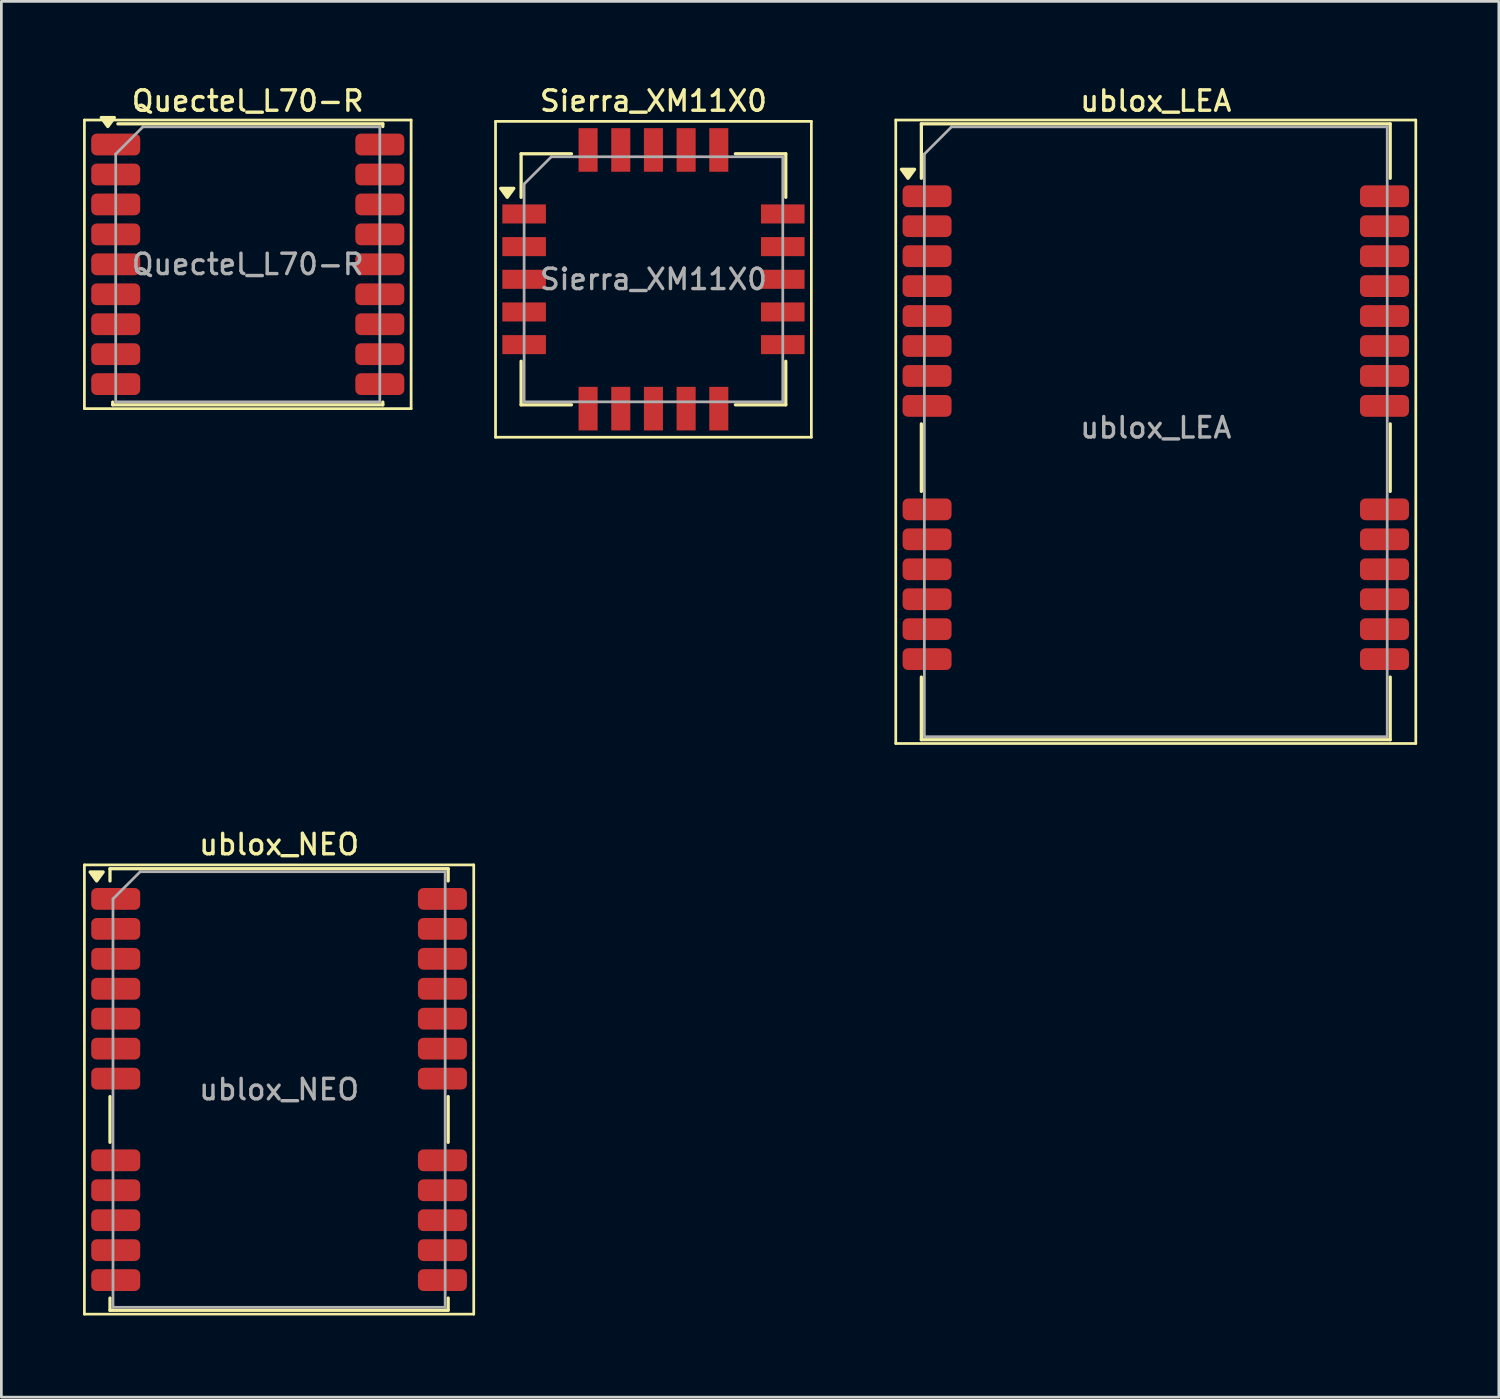
<source format=kicad_pcb>
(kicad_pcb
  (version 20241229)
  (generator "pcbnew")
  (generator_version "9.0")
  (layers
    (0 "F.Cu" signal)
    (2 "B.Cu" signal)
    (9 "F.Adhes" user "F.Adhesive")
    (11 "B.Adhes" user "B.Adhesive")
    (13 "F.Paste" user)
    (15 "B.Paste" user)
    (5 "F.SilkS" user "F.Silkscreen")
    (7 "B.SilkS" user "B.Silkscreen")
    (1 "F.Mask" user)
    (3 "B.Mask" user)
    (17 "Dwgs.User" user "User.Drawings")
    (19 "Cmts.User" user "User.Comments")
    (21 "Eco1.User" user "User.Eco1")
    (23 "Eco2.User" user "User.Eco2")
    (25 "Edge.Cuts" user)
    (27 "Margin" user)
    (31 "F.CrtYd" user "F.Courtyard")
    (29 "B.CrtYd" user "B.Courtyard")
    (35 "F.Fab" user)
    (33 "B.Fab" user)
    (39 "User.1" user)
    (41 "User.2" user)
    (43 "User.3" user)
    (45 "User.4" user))
  (footprint "Quectel_L70-R"
    (layer "F.Cu")
    (at 6.05 6.658)
    (property "Reference" "Quectel_L70-R" (at 0 -6 0) (layer "F.SilkS") (effects (font (size 0.75 0.75) (thickness 0.125))))
    (attr smd)
    (fp_line (start -6 -5.3) (end -6 5.3) (stroke (width 0.1) (type solid)) (layer "F.SilkS"))
    (fp_line (start -6 -5.3) (end 6 -5.3) (stroke (width 0.1) (type solid)) (layer "F.SilkS"))
    (fp_line (start -6 5.3) (end 6 5.3) (stroke (width 0.1) (type solid)) (layer "F.SilkS"))
    (fp_line (start -4.96 5.06) (end -4.96 5.16) (stroke (width 0.12) (type solid)) (layer "F.SilkS"))
    (fp_line (start -4.96 5.16) (end 4.96 5.16) (stroke (width 0.12) (type solid)) (layer "F.SilkS"))
    (fp_line (start -4.77 -5.16) (end 4.96 -5.16) (stroke (width 0.12) (type solid)) (layer "F.SilkS"))
    (fp_line (start 4.96 -5.16) (end 4.96 -5.06) (stroke (width 0.12) (type solid)) (layer "F.SilkS"))
    (fp_line (start 4.96 5.06) (end 4.96 5.16) (stroke (width 0.12) (type solid)) (layer "F.SilkS"))
    (fp_line (start 6 -5.3) (end 6 5.3) (stroke (width 0.1) (type solid)) (layer "F.SilkS"))
    (fp_poly (pts (xy -5.14 -5.06) (xy -5.38 -5.39) (xy -4.9 -5.39) (xy -5.14 -5.06)) (stroke (width 0.12) (type solid)) (fill yes) (layer "F.SilkS"))
    (fp_line (start -4.85 -4.05) (end -4.85 5.05) (stroke (width 0.1) (type solid)) (layer "F.Fab"))
    (fp_line (start -4.85 5.05) (end 4.85 5.05) (stroke (width 0.1) (type solid)) (layer "F.Fab"))
    (fp_line (start -3.85 -5.05) (end -4.85 -4.05) (stroke (width 0.1) (type solid)) (layer "F.Fab"))
    (fp_line (start -3.85 -5.05) (end 4.85 -5.05) (stroke (width 0.1) (type solid)) (layer "F.Fab"))
    (fp_line (start 4.85 -5.05) (end 4.85 5.05) (stroke (width 0.1) (type solid)) (layer "F.Fab"))
    (fp_text user "${REFERENCE}" (at 0 0 0) (layer "F.Fab") (effects (font (size 0.75 0.75) (thickness 0.125))))
    (pad "1" smd roundrect (at -4.85 -4.4) (size 1.8 0.8) (layers "F.Cu" "F.Mask" "F.Paste") (roundrect_rratio 0.25))
    (pad "2" smd roundrect (at -4.85 -3.3) (size 1.8 0.8) (layers "F.Cu" "F.Mask" "F.Paste") (roundrect_rratio 0.25))
    (pad "3" smd roundrect (at -4.85 -2.2) (size 1.8 0.8) (layers "F.Cu" "F.Mask" "F.Paste") (roundrect_rratio 0.25))
    (pad "4" smd roundrect (at -4.85 -1.1) (size 1.8 0.8) (layers "F.Cu" "F.Mask" "F.Paste") (roundrect_rratio 0.25))
    (pad "5" smd roundrect (at -4.85 0) (size 1.8 0.8) (layers "F.Cu" "F.Mask" "F.Paste") (roundrect_rratio 0.25))
    (pad "6" smd roundrect (at -4.85 1.1) (size 1.8 0.8) (layers "F.Cu" "F.Mask" "F.Paste") (roundrect_rratio 0.25))
    (pad "7" smd roundrect (at -4.85 2.2) (size 1.8 0.8) (layers "F.Cu" "F.Mask" "F.Paste") (roundrect_rratio 0.25))
    (pad "8" smd roundrect (at -4.85 3.3) (size 1.8 0.8) (layers "F.Cu" "F.Mask" "F.Paste") (roundrect_rratio 0.25))
    (pad "9" smd roundrect (at -4.85 4.4) (size 1.8 0.8) (layers "F.Cu" "F.Mask" "F.Paste") (roundrect_rratio 0.25))
    (pad "10" smd roundrect (at 4.85 4.4) (size 1.8 0.8) (layers "F.Cu" "F.Mask" "F.Paste") (roundrect_rratio 0.25))
    (pad "11" smd roundrect (at 4.85 3.3) (size 1.8 0.8) (layers "F.Cu" "F.Mask" "F.Paste") (roundrect_rratio 0.25))
    (pad "12" smd roundrect (at 4.85 2.2) (size 1.8 0.8) (layers "F.Cu" "F.Mask" "F.Paste") (roundrect_rratio 0.25))
    (pad "13" smd roundrect (at 4.85 1.1) (size 1.8 0.8) (layers "F.Cu" "F.Mask" "F.Paste") (roundrect_rratio 0.25))
    (pad "14" smd roundrect (at 4.85 0) (size 1.8 0.8) (layers "F.Cu" "F.Mask" "F.Paste") (roundrect_rratio 0.25))
    (pad "15" smd roundrect (at 4.85 -1.1) (size 1.8 0.8) (layers "F.Cu" "F.Mask" "F.Paste") (roundrect_rratio 0.25))
    (pad "16" smd roundrect (at 4.85 -2.2) (size 1.8 0.8) (layers "F.Cu" "F.Mask" "F.Paste") (roundrect_rratio 0.25))
    (pad "17" smd roundrect (at 4.85 -3.3) (size 1.8 0.8) (layers "F.Cu" "F.Mask" "F.Paste") (roundrect_rratio 0.25))
    (pad "18" smd roundrect (at 4.85 -4.4) (size 1.8 0.8) (layers "F.Cu" "F.Mask" "F.Paste") (roundrect_rratio 0.25)))
  (footprint "Sierra_XM11X0"
    (layer "F.Cu")
    (at 20.95 7.208)
    (property "Reference" "Sierra_XM11X0" (at 0 -6.55 0) (layer "F.SilkS") (effects (font (size 0.75 0.75) (thickness 0.125))))
    (attr smd)
    (fp_line (start -5.8 -5.8) (end -5.8 5.8) (stroke (width 0.1) (type solid)) (layer "F.SilkS"))
    (fp_line (start -5.8 5.8) (end 5.8 5.8) (stroke (width 0.1) (type solid)) (layer "F.SilkS"))
    (fp_line (start -4.86 -4.61) (end -3.01 -4.61) (stroke (width 0.12) (type solid)) (layer "F.SilkS"))
    (fp_line (start -4.86 -3.01) (end -4.86 -4.61) (stroke (width 0.12) (type solid)) (layer "F.SilkS"))
    (fp_line (start -4.86 3.01) (end -4.86 4.61) (stroke (width 0.12) (type solid)) (layer "F.SilkS"))
    (fp_line (start -4.86 4.61) (end -3.01 4.61) (stroke (width 0.12) (type solid)) (layer "F.SilkS"))
    (fp_line (start 4.86 -4.61) (end 3.01 -4.61) (stroke (width 0.12) (type solid)) (layer "F.SilkS"))
    (fp_line (start 4.86 -3.01) (end 4.86 -4.61) (stroke (width 0.12) (type solid)) (layer "F.SilkS"))
    (fp_line (start 4.86 3.01) (end 4.86 4.61) (stroke (width 0.12) (type solid)) (layer "F.SilkS"))
    (fp_line (start 4.86 4.61) (end 3.01 4.61) (stroke (width 0.12) (type solid)) (layer "F.SilkS"))
    (fp_line (start 5.8 -5.8) (end -5.8 -5.8) (stroke (width 0.1) (type solid)) (layer "F.SilkS"))
    (fp_line (start 5.8 5.8) (end 5.8 -5.8) (stroke (width 0.1) (type solid)) (layer "F.SilkS"))
    (fp_poly (pts (xy -5.37 -3.01) (xy -5.61 -3.34) (xy -5.13 -3.34) (xy -5.37 -3.01)) (stroke (width 0.12) (type solid)) (fill yes) (layer "F.SilkS"))
    (fp_line (start -4.75 -3.5) (end -3.75 -4.5) (stroke (width 0.1) (type solid)) (layer "F.Fab"))
    (fp_line (start -4.75 4.5) (end -4.75 -3.5) (stroke (width 0.1) (type solid)) (layer "F.Fab"))
    (fp_line (start -3.75 -4.5) (end 4.75 -4.5) (stroke (width 0.1) (type solid)) (layer "F.Fab"))
    (fp_line (start 4.75 -4.5) (end 4.75 4.5) (stroke (width 0.1) (type solid)) (layer "F.Fab"))
    (fp_line (start 4.75 4.5) (end -4.75 4.5) (stroke (width 0.1) (type solid)) (layer "F.Fab"))
    (fp_text user "${REFERENCE}" (at 0 0 0) (layer "F.Fab") (effects (font (size 0.75 0.75) (thickness 0.125))))
    (pad "1" smd rect (at -4.75 -2.4) (size 1.6 0.7) (layers "F.Cu" "F.Mask" "F.Paste"))
    (pad "2" smd rect (at -4.75 -1.2) (size 1.6 0.7) (layers "F.Cu" "F.Mask" "F.Paste"))
    (pad "3" smd rect (at -4.75 0) (size 1.6 0.7) (layers "F.Cu" "F.Mask" "F.Paste"))
    (pad "4" smd rect (at -4.75 1.2) (size 1.6 0.7) (layers "F.Cu" "F.Mask" "F.Paste"))
    (pad "5" smd rect (at -4.75 2.4) (size 1.6 0.7) (layers "F.Cu" "F.Mask" "F.Paste"))
    (pad "6" smd rect (at -2.4 4.75) (size 0.7 1.6) (layers "F.Cu" "F.Mask" "F.Paste"))
    (pad "7" smd rect (at -1.2 4.75) (size 0.7 1.6) (layers "F.Cu" "F.Mask" "F.Paste"))
    (pad "8" smd rect (at 0 4.75) (size 0.7 1.6) (layers "F.Cu" "F.Mask" "F.Paste"))
    (pad "9" smd rect (at 1.2 4.75) (size 0.7 1.6) (layers "F.Cu" "F.Mask" "F.Paste"))
    (pad "10" smd rect (at 2.4 4.75) (size 0.7 1.6) (layers "F.Cu" "F.Mask" "F.Paste"))
    (pad "11" smd rect (at 4.75 2.4) (size 1.6 0.7) (layers "F.Cu" "F.Mask" "F.Paste"))
    (pad "12" smd rect (at 4.75 1.2) (size 1.6 0.7) (layers "F.Cu" "F.Mask" "F.Paste"))
    (pad "13" smd rect (at 4.75 0) (size 1.6 0.7) (layers "F.Cu" "F.Mask" "F.Paste"))
    (pad "14" smd rect (at 4.75 -1.2) (size 1.6 0.7) (layers "F.Cu" "F.Mask" "F.Paste"))
    (pad "15" smd rect (at 4.75 -2.4) (size 1.6 0.7) (layers "F.Cu" "F.Mask" "F.Paste"))
    (pad "16" smd rect (at 2.4 -4.75) (size 0.7 1.6) (layers "F.Cu" "F.Mask" "F.Paste"))
    (pad "17" smd rect (at 1.2 -4.75) (size 0.7 1.6) (layers "F.Cu" "F.Mask" "F.Paste"))
    (pad "18" smd rect (at 0 -4.75) (size 0.7 1.6) (layers "F.Cu" "F.Mask" "F.Paste"))
    (pad "19" smd rect (at -1.2 -4.75) (size 0.7 1.6) (layers "F.Cu" "F.Mask" "F.Paste"))
    (pad "20" smd rect (at -2.4 -4.75) (size 0.7 1.6) (layers "F.Cu" "F.Mask" "F.Paste")))
  (footprint "ublox_LEA"
    (layer "F.Cu")
    (at 39.4 12.658)
    (property "Reference" "ublox_LEA" (at 0 -12 0) (layer "F.SilkS") (effects (font (size 0.75 0.75) (thickness 0.125))))
    (attr smd)
    (fp_line (start -9.55 -11.3) (end -9.55 11.6) (stroke (width 0.1) (type solid)) (layer "F.SilkS"))
    (fp_line (start -9.55 -11.3) (end 9.55 -11.3) (stroke (width 0.1) (type solid)) (layer "F.SilkS"))
    (fp_line (start -9.55 11.6) (end 9.55 11.6) (stroke (width 0.1) (type solid)) (layer "F.SilkS"))
    (fp_line (start -8.61 -11.16) (end -8.61 -9.16) (stroke (width 0.12) (type solid)) (layer "F.SilkS"))
    (fp_line (start -8.61 -11.16) (end 8.61 -11.16) (stroke (width 0.12) (type solid)) (layer "F.SilkS"))
    (fp_line (start -8.61 -0.14) (end -8.61 2.34) (stroke (width 0.12) (type solid)) (layer "F.SilkS"))
    (fp_line (start -8.61 9.16) (end -8.61 11.46) (stroke (width 0.12) (type solid)) (layer "F.SilkS"))
    (fp_line (start -8.61 11.46) (end 8.61 11.46) (stroke (width 0.12) (type solid)) (layer "F.SilkS"))
    (fp_line (start 8.61 -11.16) (end 8.61 -9.16) (stroke (width 0.12) (type solid)) (layer "F.SilkS"))
    (fp_line (start 8.61 -0.14) (end 8.61 2.34) (stroke (width 0.12) (type solid)) (layer "F.SilkS"))
    (fp_line (start 8.61 9.16) (end 8.61 11.46) (stroke (width 0.12) (type solid)) (layer "F.SilkS"))
    (fp_line (start 9.55 -11.3) (end 9.55 11.6) (stroke (width 0.1) (type solid)) (layer "F.SilkS"))
    (fp_poly (pts (xy -9.1 -9.16) (xy -9.34 -9.49) (xy -8.86 -9.49) (xy -9.1 -9.16)) (stroke (width 0.12) (type solid)) (fill yes) (layer "F.SilkS"))
    (fp_line (start -8.5 -10.05) (end -8.5 11.34) (stroke (width 0.1) (type solid)) (layer "F.Fab"))
    (fp_line (start -8.5 11.35) (end 8.5 11.35) (stroke (width 0.1) (type solid)) (layer "F.Fab"))
    (fp_line (start -7.5 -11.05) (end -8.5 -10.05) (stroke (width 0.1) (type solid)) (layer "F.Fab"))
    (fp_line (start -7.5 -11.05) (end 8.5 -11.05) (stroke (width 0.1) (type solid)) (layer "F.Fab"))
    (fp_line (start 8.5 -11.05) (end 8.5 11.35) (stroke (width 0.1) (type solid)) (layer "F.Fab"))
    (fp_text user "${REFERENCE}" (at 0 0 0) (layer "F.Fab") (effects (font (size 0.75 0.75) (thickness 0.125))))
    (pad "1" smd roundrect (at -8.4 -8.5) (size 1.8 0.8) (layers "F.Cu" "F.Mask" "F.Paste") (roundrect_rratio 0.25))
    (pad "2" smd roundrect (at -8.4 -7.4) (size 1.8 0.8) (layers "F.Cu" "F.Mask" "F.Paste") (roundrect_rratio 0.25))
    (pad "3" smd roundrect (at -8.4 -6.3) (size 1.8 0.8) (layers "F.Cu" "F.Mask" "F.Paste") (roundrect_rratio 0.25))
    (pad "4" smd roundrect (at -8.4 -5.2) (size 1.8 0.8) (layers "F.Cu" "F.Mask" "F.Paste") (roundrect_rratio 0.25))
    (pad "5" smd roundrect (at -8.4 -4.1) (size 1.8 0.8) (layers "F.Cu" "F.Mask" "F.Paste") (roundrect_rratio 0.25))
    (pad "6" smd roundrect (at -8.4 -3) (size 1.8 0.8) (layers "F.Cu" "F.Mask" "F.Paste") (roundrect_rratio 0.25))
    (pad "7" smd roundrect (at -8.4 -1.9) (size 1.8 0.8) (layers "F.Cu" "F.Mask" "F.Paste") (roundrect_rratio 0.25))
    (pad "8" smd roundrect (at -8.4 -0.8) (size 1.8 0.8) (layers "F.Cu" "F.Mask" "F.Paste") (roundrect_rratio 0.25))
    (pad "9" smd roundrect (at -8.4 3) (size 1.8 0.8) (layers "F.Cu" "F.Mask" "F.Paste") (roundrect_rratio 0.25))
    (pad "10" smd roundrect (at -8.4 4.1) (size 1.8 0.8) (layers "F.Cu" "F.Mask" "F.Paste") (roundrect_rratio 0.25))
    (pad "11" smd roundrect (at -8.4 5.2) (size 1.8 0.8) (layers "F.Cu" "F.Mask" "F.Paste") (roundrect_rratio 0.25))
    (pad "12" smd roundrect (at -8.4 6.3) (size 1.8 0.8) (layers "F.Cu" "F.Mask" "F.Paste") (roundrect_rratio 0.25))
    (pad "13" smd roundrect (at -8.4 7.4) (size 1.8 0.8) (layers "F.Cu" "F.Mask" "F.Paste") (roundrect_rratio 0.25))
    (pad "14" smd roundrect (at -8.4 8.5) (size 1.8 0.8) (layers "F.Cu" "F.Mask" "F.Paste") (roundrect_rratio 0.25))
    (pad "15" smd roundrect (at 8.4 8.5) (size 1.8 0.8) (layers "F.Cu" "F.Mask" "F.Paste") (roundrect_rratio 0.25))
    (pad "16" smd roundrect (at 8.4 7.4) (size 1.8 0.8) (layers "F.Cu" "F.Mask" "F.Paste") (roundrect_rratio 0.25))
    (pad "17" smd roundrect (at 8.4 6.3) (size 1.8 0.8) (layers "F.Cu" "F.Mask" "F.Paste") (roundrect_rratio 0.25))
    (pad "18" smd roundrect (at 8.4 5.2) (size 1.8 0.8) (layers "F.Cu" "F.Mask" "F.Paste") (roundrect_rratio 0.25))
    (pad "19" smd roundrect (at 8.4 4.1) (size 1.8 0.8) (layers "F.Cu" "F.Mask" "F.Paste") (roundrect_rratio 0.25))
    (pad "20" smd roundrect (at 8.4 3) (size 1.8 0.8) (layers "F.Cu" "F.Mask" "F.Paste") (roundrect_rratio 0.25))
    (pad "21" smd roundrect (at 8.4 -0.8) (size 1.8 0.8) (layers "F.Cu" "F.Mask" "F.Paste") (roundrect_rratio 0.25))
    (pad "22" smd roundrect (at 8.4 -1.9) (size 1.8 0.8) (layers "F.Cu" "F.Mask" "F.Paste") (roundrect_rratio 0.25))
    (pad "23" smd roundrect (at 8.4 -3) (size 1.8 0.8) (layers "F.Cu" "F.Mask" "F.Paste") (roundrect_rratio 0.25))
    (pad "24" smd roundrect (at 8.4 -4.1) (size 1.8 0.8) (layers "F.Cu" "F.Mask" "F.Paste") (roundrect_rratio 0.25))
    (pad "25" smd roundrect (at 8.4 -5.2) (size 1.8 0.8) (layers "F.Cu" "F.Mask" "F.Paste") (roundrect_rratio 0.25))
    (pad "26" smd roundrect (at 8.4 -6.3) (size 1.8 0.8) (layers "F.Cu" "F.Mask" "F.Paste") (roundrect_rratio 0.25))
    (pad "27" smd roundrect (at 8.4 -7.4) (size 1.8 0.8) (layers "F.Cu" "F.Mask" "F.Paste") (roundrect_rratio 0.25))
    (pad "28" smd roundrect (at 8.4 -8.5) (size 1.8 0.8) (layers "F.Cu" "F.Mask" "F.Paste") (roundrect_rratio 0.25)))
  (footprint "ublox_NEO"
    (layer "F.Cu")
    (at 7.2 36.966)
    (property "Reference" "ublox_NEO" (at 0 -9 0) (layer "F.SilkS") (effects (font (size 0.75 0.75) (thickness 0.125))))
    (attr smd)
    (fp_line (start -7.15 -8.25) (end -7.15 8.25) (stroke (width 0.1) (type solid)) (layer "F.SilkS"))
    (fp_line (start -7.15 -8.25) (end 7.15 -8.25) (stroke (width 0.1) (type solid)) (layer "F.SilkS"))
    (fp_line (start -7.15 8.25) (end 7.15 8.25) (stroke (width 0.1) (type solid)) (layer "F.SilkS"))
    (fp_line (start -6.21 -8.11) (end -6.21 -7.66) (stroke (width 0.12) (type solid)) (layer "F.SilkS"))
    (fp_line (start -6.21 -8.11) (end 6.21 -8.11) (stroke (width 0.12) (type solid)) (layer "F.SilkS"))
    (fp_line (start -6.21 0.26) (end -6.21 1.94) (stroke (width 0.12) (type solid)) (layer "F.SilkS"))
    (fp_line (start -6.21 7.66) (end -6.21 8.11) (stroke (width 0.12) (type solid)) (layer "F.SilkS"))
    (fp_line (start -6.21 8.11) (end 6.21 8.11) (stroke (width 0.12) (type solid)) (layer "F.SilkS"))
    (fp_line (start 6.21 -8.11) (end 6.21 -7.66) (stroke (width 0.12) (type solid)) (layer "F.SilkS"))
    (fp_line (start 6.21 0.26) (end 6.21 1.94) (stroke (width 0.12) (type solid)) (layer "F.SilkS"))
    (fp_line (start 6.21 7.66) (end 6.21 8.1) (stroke (width 0.12) (type solid)) (layer "F.SilkS"))
    (fp_line (start 7.15 -8.25) (end 7.15 8.25) (stroke (width 0.1) (type solid)) (layer "F.SilkS"))
    (fp_poly (pts (xy -6.7 -7.66) (xy -6.94 -7.99) (xy -6.46 -7.99) (xy -6.7 -7.66)) (stroke (width 0.12) (type solid)) (fill yes) (layer "F.SilkS"))
    (fp_line (start -6.1 -7) (end -6.1 8) (stroke (width 0.1) (type solid)) (layer "F.Fab"))
    (fp_line (start -6.1 8) (end 6.1 8) (stroke (width 0.1) (type solid)) (layer "F.Fab"))
    (fp_line (start -5.1 -8) (end -6.1 -7) (stroke (width 0.1) (type solid)) (layer "F.Fab"))
    (fp_line (start -5.1 -8) (end 6.1 -8) (stroke (width 0.1) (type solid)) (layer "F.Fab"))
    (fp_line (start 6.1 -8) (end 6.1 8) (stroke (width 0.1) (type solid)) (layer "F.Fab"))
    (fp_text user "${REFERENCE}" (at 0 0 0) (layer "F.Fab") (effects (font (size 0.75 0.75) (thickness 0.125))))
    (pad "1" smd roundrect (at -6 -7) (size 1.8 0.8) (layers "F.Cu" "F.Mask" "F.Paste") (roundrect_rratio 0.25))
    (pad "2" smd roundrect (at -6 -5.9) (size 1.8 0.8) (layers "F.Cu" "F.Mask" "F.Paste") (roundrect_rratio 0.25))
    (pad "3" smd roundrect (at -6 -4.8) (size 1.8 0.8) (layers "F.Cu" "F.Mask" "F.Paste") (roundrect_rratio 0.25))
    (pad "4" smd roundrect (at -6 -3.7) (size 1.8 0.8) (layers "F.Cu" "F.Mask" "F.Paste") (roundrect_rratio 0.25))
    (pad "5" smd roundrect (at -6 -2.6) (size 1.8 0.8) (layers "F.Cu" "F.Mask" "F.Paste") (roundrect_rratio 0.25))
    (pad "6" smd roundrect (at -6 -1.5) (size 1.8 0.8) (layers "F.Cu" "F.Mask" "F.Paste") (roundrect_rratio 0.25))
    (pad "7" smd roundrect (at -6 -0.4) (size 1.8 0.8) (layers "F.Cu" "F.Mask" "F.Paste") (roundrect_rratio 0.25))
    (pad "8" smd roundrect (at -6 2.6) (size 1.8 0.8) (layers "F.Cu" "F.Mask" "F.Paste") (roundrect_rratio 0.25))
    (pad "9" smd roundrect (at -6 3.7) (size 1.8 0.8) (layers "F.Cu" "F.Mask" "F.Paste") (roundrect_rratio 0.25))
    (pad "10" smd roundrect (at -6 4.8) (size 1.8 0.8) (layers "F.Cu" "F.Mask" "F.Paste") (roundrect_rratio 0.25))
    (pad "11" smd roundrect (at -6 5.9) (size 1.8 0.8) (layers "F.Cu" "F.Mask" "F.Paste") (roundrect_rratio 0.25))
    (pad "12" smd roundrect (at -6 7) (size 1.8 0.8) (layers "F.Cu" "F.Mask" "F.Paste") (roundrect_rratio 0.25))
    (pad "13" smd roundrect (at 6 7) (size 1.8 0.8) (layers "F.Cu" "F.Mask" "F.Paste") (roundrect_rratio 0.25))
    (pad "14" smd roundrect (at 6 5.9) (size 1.8 0.8) (layers "F.Cu" "F.Mask" "F.Paste") (roundrect_rratio 0.25))
    (pad "15" smd roundrect (at 6 4.8) (size 1.8 0.8) (layers "F.Cu" "F.Mask" "F.Paste") (roundrect_rratio 0.25))
    (pad "16" smd roundrect (at 6 3.7) (size 1.8 0.8) (layers "F.Cu" "F.Mask" "F.Paste") (roundrect_rratio 0.25))
    (pad "17" smd roundrect (at 6 2.6) (size 1.8 0.8) (layers "F.Cu" "F.Mask" "F.Paste") (roundrect_rratio 0.25))
    (pad "18" smd roundrect (at 6 -0.4) (size 1.8 0.8) (layers "F.Cu" "F.Mask" "F.Paste") (roundrect_rratio 0.25))
    (pad "19" smd roundrect (at 6 -1.5) (size 1.8 0.8) (layers "F.Cu" "F.Mask" "F.Paste") (roundrect_rratio 0.25))
    (pad "20" smd roundrect (at 6 -2.6) (size 1.8 0.8) (layers "F.Cu" "F.Mask" "F.Paste") (roundrect_rratio 0.25))
    (pad "21" smd roundrect (at 6 -3.7) (size 1.8 0.8) (layers "F.Cu" "F.Mask" "F.Paste") (roundrect_rratio 0.25))
    (pad "22" smd roundrect (at 6 -4.8) (size 1.8 0.8) (layers "F.Cu" "F.Mask" "F.Paste") (roundrect_rratio 0.25))
    (pad "23" smd roundrect (at 6 -5.9) (size 1.8 0.8) (layers "F.Cu" "F.Mask" "F.Paste") (roundrect_rratio 0.25))
    (pad "24" smd roundrect (at 6 -7) (size 1.8 0.8) (layers "F.Cu" "F.Mask" "F.Paste") (roundrect_rratio 0.25)))
  (gr_rect
    (start -3 -3)
    (end 52 48.266)
    (stroke (width 0.1) (type default))
    (fill no)
    (layer "Edge.Cuts")))
</source>
